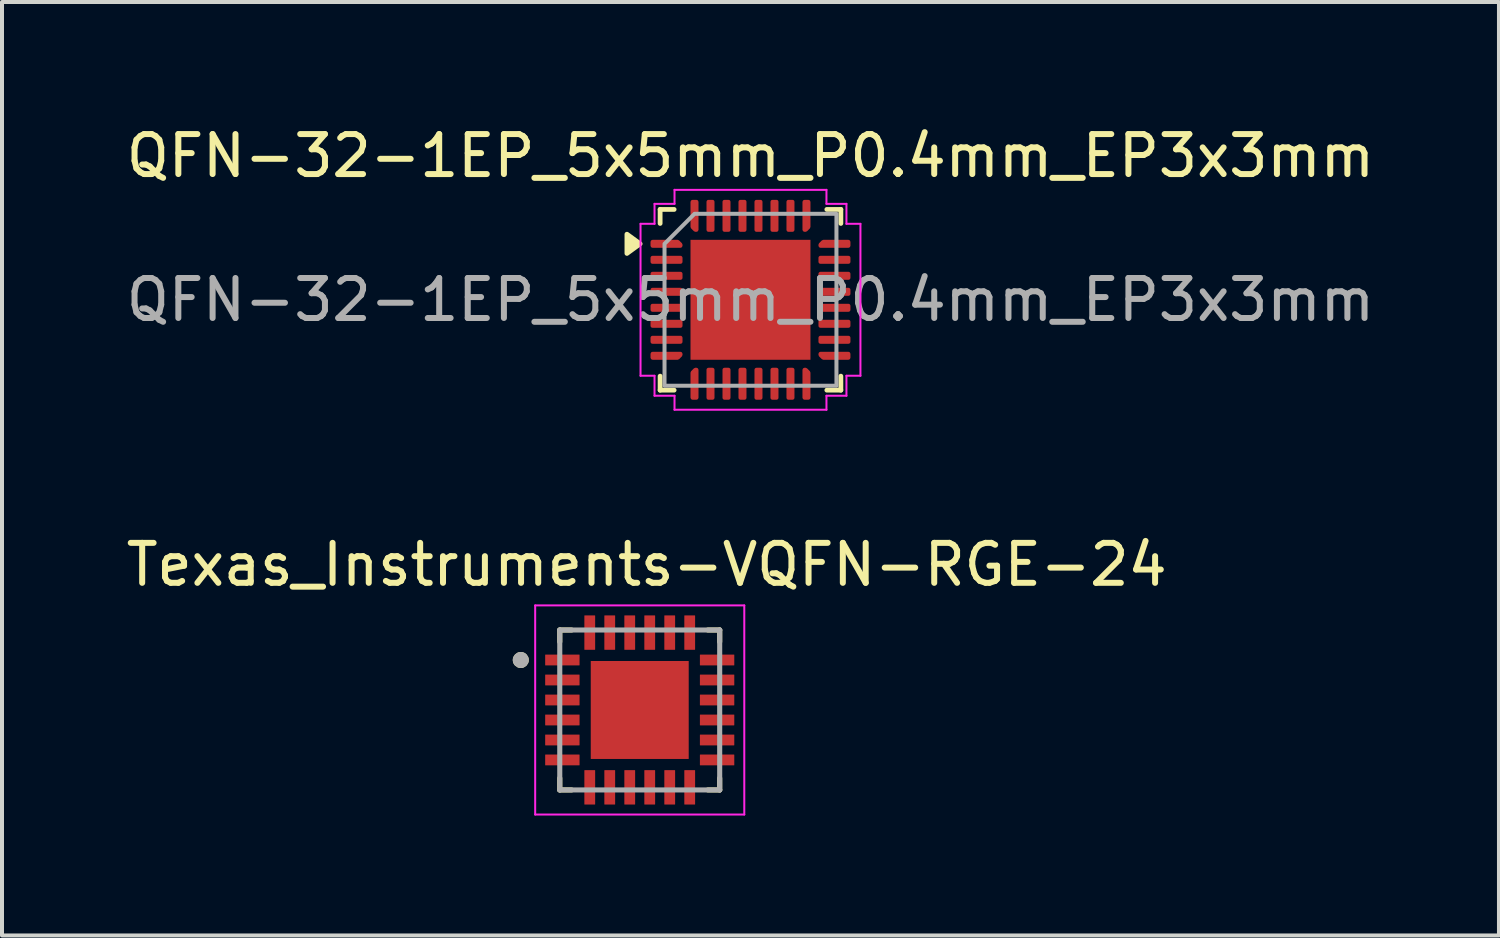
<source format=kicad_pcb>
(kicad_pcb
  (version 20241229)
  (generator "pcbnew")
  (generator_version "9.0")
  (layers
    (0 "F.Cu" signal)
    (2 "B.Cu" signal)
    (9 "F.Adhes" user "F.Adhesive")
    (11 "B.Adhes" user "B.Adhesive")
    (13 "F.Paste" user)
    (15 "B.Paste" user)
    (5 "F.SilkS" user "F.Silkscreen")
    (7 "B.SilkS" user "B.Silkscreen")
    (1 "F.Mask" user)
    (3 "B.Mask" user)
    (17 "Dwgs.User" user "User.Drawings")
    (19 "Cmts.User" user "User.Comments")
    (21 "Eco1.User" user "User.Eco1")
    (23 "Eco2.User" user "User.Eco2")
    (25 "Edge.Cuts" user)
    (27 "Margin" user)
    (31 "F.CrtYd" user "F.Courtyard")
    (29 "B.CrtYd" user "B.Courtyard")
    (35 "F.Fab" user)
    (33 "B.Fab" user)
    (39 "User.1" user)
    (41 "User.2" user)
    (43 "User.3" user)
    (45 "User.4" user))
  (footprint "Texas_Instruments-VQFN-RGE-24"
    (layer "F.Cu")
    (at 12.95 14.707)
    (property "Reference" "Texas_Instruments-VQFN-RGE-24" (at 0.175 -3.635 0) (layer "F.SilkS") (effects (font (size 1 1) (thickness 0.15))))
    (attr smd)
    (fp_line (start -2 -2) (end -2 -1.705) (stroke (width 0.127) (type solid)) (layer "F.SilkS"))
    (fp_line (start -2 -2) (end -1.705 -2) (stroke (width 0.127) (type solid)) (layer "F.SilkS"))
    (fp_line (start -2 2) (end -2 1.705) (stroke (width 0.127) (type solid)) (layer "F.SilkS"))
    (fp_line (start -2 2) (end -1.705 2) (stroke (width 0.127) (type solid)) (layer "F.SilkS"))
    (fp_line (start 2 -2) (end 1.705 -2) (stroke (width 0.127) (type solid)) (layer "F.SilkS"))
    (fp_line (start 2 -2) (end 2 -1.705) (stroke (width 0.127) (type solid)) (layer "F.SilkS"))
    (fp_line (start 2 2) (end 1.705 2) (stroke (width 0.127) (type solid)) (layer "F.SilkS"))
    (fp_line (start 2 2) (end 2 1.705) (stroke (width 0.127) (type solid)) (layer "F.SilkS"))
    (fp_circle (center -2.975 -1.25) (end -2.875 -1.25) (stroke (width 0.2) (type solid)) (fill no) (layer "F.SilkS"))
    (fp_poly (pts (xy -0.775 -0.775) (xy 0.775 -0.775) (xy 0.775 0.775) (xy -0.775 0.775)) (stroke (width 0.01) (type solid)) (fill yes) (layer "F.Paste"))
    (fp_line (start -2.615 -2.615) (end 2.615 -2.615) (stroke (width 0.05) (type solid)) (layer "F.CrtYd"))
    (fp_line (start -2.615 2.615) (end -2.615 -2.615) (stroke (width 0.05) (type solid)) (layer "F.CrtYd"))
    (fp_line (start -2.615 2.615) (end 2.615 2.615) (stroke (width 0.05) (type solid)) (layer "F.CrtYd"))
    (fp_line (start 2.615 2.615) (end 2.615 -2.615) (stroke (width 0.05) (type solid)) (layer "F.CrtYd"))
    (fp_line (start -2 2) (end -2 -2) (stroke (width 0.127) (type solid)) (layer "F.Fab"))
    (fp_line (start 2 -2) (end -2 -2) (stroke (width 0.127) (type solid)) (layer "F.Fab"))
    (fp_line (start 2 2) (end -2 2) (stroke (width 0.127) (type solid)) (layer "F.Fab"))
    (fp_line (start 2 2) (end 2 -2) (stroke (width 0.127) (type solid)) (layer "F.Fab"))
    (fp_circle (center -2.975 -1.25) (end -2.875 -1.25) (stroke (width 0.2) (type solid)) (fill no) (layer "F.Fab"))
    (pad "1" smd roundrect (at -1.935 -1.25) (size 0.86 0.27) (layers "F.Cu" "F.Mask" "F.Paste") (roundrect_rratio 0.03))
    (pad "2" smd roundrect (at -1.935 -0.75) (size 0.86 0.27) (layers "F.Cu" "F.Mask" "F.Paste") (roundrect_rratio 0.03))
    (pad "3" smd roundrect (at -1.935 -0.25) (size 0.86 0.27) (layers "F.Cu" "F.Mask" "F.Paste") (roundrect_rratio 0.03))
    (pad "4" smd roundrect (at -1.935 0.25) (size 0.86 0.27) (layers "F.Cu" "F.Mask" "F.Paste") (roundrect_rratio 0.03))
    (pad "5" smd roundrect (at -1.935 0.75) (size 0.86 0.27) (layers "F.Cu" "F.Mask" "F.Paste") (roundrect_rratio 0.03))
    (pad "6" smd roundrect (at -1.935 1.25) (size 0.86 0.27) (layers "F.Cu" "F.Mask" "F.Paste") (roundrect_rratio 0.03))
    (pad "7" smd roundrect (at -1.25 1.935 90) (size 0.86 0.27) (layers "F.Cu" "F.Mask" "F.Paste") (roundrect_rratio 0.03))
    (pad "8" smd roundrect (at -0.75 1.935 90) (size 0.86 0.27) (layers "F.Cu" "F.Mask" "F.Paste") (roundrect_rratio 0.03))
    (pad "9" smd roundrect (at -0.25 1.935 90) (size 0.86 0.27) (layers "F.Cu" "F.Mask" "F.Paste") (roundrect_rratio 0.03))
    (pad "10" smd roundrect (at 0.25 1.935 90) (size 0.86 0.27) (layers "F.Cu" "F.Mask" "F.Paste") (roundrect_rratio 0.03))
    (pad "11" smd roundrect (at 0.75 1.935 90) (size 0.86 0.27) (layers "F.Cu" "F.Mask" "F.Paste") (roundrect_rratio 0.03))
    (pad "12" smd roundrect (at 1.25 1.935 90) (size 0.86 0.27) (layers "F.Cu" "F.Mask" "F.Paste") (roundrect_rratio 0.03))
    (pad "13" smd roundrect (at 1.935 1.25) (size 0.86 0.27) (layers "F.Cu" "F.Mask" "F.Paste") (roundrect_rratio 0.03))
    (pad "14" smd roundrect (at 1.935 0.75) (size 0.86 0.27) (layers "F.Cu" "F.Mask" "F.Paste") (roundrect_rratio 0.03))
    (pad "15" smd roundrect (at 1.935 0.25) (size 0.86 0.27) (layers "F.Cu" "F.Mask" "F.Paste") (roundrect_rratio 0.03))
    (pad "16" smd roundrect (at 1.935 -0.25) (size 0.86 0.27) (layers "F.Cu" "F.Mask" "F.Paste") (roundrect_rratio 0.03))
    (pad "17" smd roundrect (at 1.935 -0.75) (size 0.86 0.27) (layers "F.Cu" "F.Mask" "F.Paste") (roundrect_rratio 0.03))
    (pad "18" smd roundrect (at 1.935 -1.25) (size 0.86 0.27) (layers "F.Cu" "F.Mask" "F.Paste") (roundrect_rratio 0.03))
    (pad "19" smd roundrect (at 1.25 -1.935 90) (size 0.86 0.27) (layers "F.Cu" "F.Mask" "F.Paste") (roundrect_rratio 0.03))
    (pad "20" smd roundrect (at 0.75 -1.935 90) (size 0.86 0.27) (layers "F.Cu" "F.Mask" "F.Paste") (roundrect_rratio 0.03))
    (pad "21" smd roundrect (at 0.25 -1.935 90) (size 0.86 0.27) (layers "F.Cu" "F.Mask" "F.Paste") (roundrect_rratio 0.03))
    (pad "22" smd roundrect (at -0.25 -1.935 90) (size 0.86 0.27) (layers "F.Cu" "F.Mask" "F.Paste") (roundrect_rratio 0.03))
    (pad "23" smd roundrect (at -0.75 -1.935 90) (size 0.86 0.27) (layers "F.Cu" "F.Mask" "F.Paste") (roundrect_rratio 0.03))
    (pad "24" smd roundrect (at -1.25 -1.935 90) (size 0.86 0.27) (layers "F.Cu" "F.Mask" "F.Paste") (roundrect_rratio 0.03))
    (pad "25" smd rect (at 0 0) (size 2.45 2.45) (layers "F.Cu" "F.Mask")))
  (footprint "QFN-32-1EP_5x5mm_P0.4mm_EP3x3mm"
    (layer "F.Cu")
    (at 15.72 4.448)
    (property "Reference" "QFN-32-1EP_5x5mm_P0.4mm_EP3x3mm" (at 0 -3.6 0) (layer "F.SilkS") (effects (font (size 1 1) (thickness 0.15))))
    (attr smd)
    (fp_line (start -2.26 -2.26) (end -1.91 -2.26) (stroke (width 0.12) (type solid)) (layer "F.SilkS"))
    (fp_line (start -2.26 -1.91) (end -2.26 -2.26) (stroke (width 0.12) (type solid)) (layer "F.SilkS"))
    (fp_line (start -2.26 2.26) (end -2.26 1.91) (stroke (width 0.12) (type solid)) (layer "F.SilkS"))
    (fp_line (start -1.91 2.26) (end -2.26 2.26) (stroke (width 0.12) (type solid)) (layer "F.SilkS"))
    (fp_line (start 1.91 -2.26) (end 2.26 -2.26) (stroke (width 0.12) (type solid)) (layer "F.SilkS"))
    (fp_line (start 2.26 -2.26) (end 2.26 -1.91) (stroke (width 0.12) (type solid)) (layer "F.SilkS"))
    (fp_line (start 2.26 1.91) (end 2.26 2.26) (stroke (width 0.12) (type solid)) (layer "F.SilkS"))
    (fp_line (start 2.26 2.26) (end 1.91 2.26) (stroke (width 0.12) (type solid)) (layer "F.SilkS"))
    (fp_poly (pts (xy -2.76 -1.4) (xy -3.09 -1.16) (xy -3.09 -1.64)) (stroke (width 0.12) (type solid)) (fill yes) (layer "F.SilkS"))
    (fp_line (start -2.75 -1.9) (end -2.4 -1.9) (stroke (width 0.05) (type solid)) (layer "F.CrtYd"))
    (fp_line (start -2.75 1.9) (end -2.75 -1.9) (stroke (width 0.05) (type solid)) (layer "F.CrtYd"))
    (fp_line (start -2.4 -2.4) (end -1.9 -2.4) (stroke (width 0.05) (type solid)) (layer "F.CrtYd"))
    (fp_line (start -2.4 -1.9) (end -2.4 -2.4) (stroke (width 0.05) (type solid)) (layer "F.CrtYd"))
    (fp_line (start -2.4 1.9) (end -2.75 1.9) (stroke (width 0.05) (type solid)) (layer "F.CrtYd"))
    (fp_line (start -2.4 2.4) (end -2.4 1.9) (stroke (width 0.05) (type solid)) (layer "F.CrtYd"))
    (fp_line (start -1.9 -2.75) (end 1.9 -2.75) (stroke (width 0.05) (type solid)) (layer "F.CrtYd"))
    (fp_line (start -1.9 -2.4) (end -1.9 -2.75) (stroke (width 0.05) (type solid)) (layer "F.CrtYd"))
    (fp_line (start -1.9 2.4) (end -2.4 2.4) (stroke (width 0.05) (type solid)) (layer "F.CrtYd"))
    (fp_line (start -1.9 2.75) (end -1.9 2.4) (stroke (width 0.05) (type solid)) (layer "F.CrtYd"))
    (fp_line (start 1.9 -2.75) (end 1.9 -2.4) (stroke (width 0.05) (type solid)) (layer "F.CrtYd"))
    (fp_line (start 1.9 -2.4) (end 2.4 -2.4) (stroke (width 0.05) (type solid)) (layer "F.CrtYd"))
    (fp_line (start 1.9 2.4) (end 1.9 2.75) (stroke (width 0.05) (type solid)) (layer "F.CrtYd"))
    (fp_line (start 1.9 2.75) (end -1.9 2.75) (stroke (width 0.05) (type solid)) (layer "F.CrtYd"))
    (fp_line (start 2.4 -2.4) (end 2.4 -1.9) (stroke (width 0.05) (type solid)) (layer "F.CrtYd"))
    (fp_line (start 2.4 -1.9) (end 2.75 -1.9) (stroke (width 0.05) (type solid)) (layer "F.CrtYd"))
    (fp_line (start 2.4 1.9) (end 2.4 2.4) (stroke (width 0.05) (type solid)) (layer "F.CrtYd"))
    (fp_line (start 2.4 2.4) (end 1.9 2.4) (stroke (width 0.05) (type solid)) (layer "F.CrtYd"))
    (fp_line (start 2.75 -1.9) (end 2.75 1.9) (stroke (width 0.05) (type solid)) (layer "F.CrtYd"))
    (fp_line (start 2.75 1.9) (end 2.4 1.9) (stroke (width 0.05) (type solid)) (layer "F.CrtYd"))
    (fp_poly (pts (xy -1.4 -2.15) (xy 2.15 -2.15) (xy 2.15 2.15) (xy -2.15 2.15) (xy -2.15 -1.4)) (stroke (width 0.1) (type solid)) (fill no) (layer "F.Fab"))
    (fp_text user "${REFERENCE}" (at 0 0 0) (layer "F.Fab") (effects (font (size 1 1) (thickness 0.15))))
    (pad "" smd roundrect (at -0.66 -0.66) (size 1.07 1.07) (layers "F.Paste") (roundrect_rratio 0.234))
    (pad "" smd roundrect (at -0.66 0.66) (size 1.07 1.07) (layers "F.Paste") (roundrect_rratio 0.234))
    (pad "" smd roundrect (at 0.66 -0.66) (size 1.07 1.07) (layers "F.Paste") (roundrect_rratio 0.234))
    (pad "" smd roundrect (at 0.66 0.66) (size 1.07 1.07) (layers "F.Paste") (roundrect_rratio 0.234))
    (pad "1" smd custom (at -2.1 -1.4) (size 0.129 0.129) (layers "F.Cu" "F.Mask" "F.Paste") (options (anchor circle)) (primitives (gr_poly (pts (xy -0.35 -0.05) (xy 0.279 -0.05) (xy 0.35 0.021) (xy 0.35 0.05) (xy -0.35 0.05)) (width 0.1) (fill yes))))
    (pad "2" smd roundrect (at -2.1 -1) (size 0.8 0.2) (layers "F.Cu" "F.Mask" "F.Paste") (roundrect_rratio 0.25))
    (pad "3" smd roundrect (at -2.1 -0.6) (size 0.8 0.2) (layers "F.Cu" "F.Mask" "F.Paste") (roundrect_rratio 0.25))
    (pad "4" smd roundrect (at -2.1 -0.2) (size 0.8 0.2) (layers "F.Cu" "F.Mask" "F.Paste") (roundrect_rratio 0.25))
    (pad "5" smd roundrect (at -2.1 0.2) (size 0.8 0.2) (layers "F.Cu" "F.Mask" "F.Paste") (roundrect_rratio 0.25))
    (pad "6" smd roundrect (at -2.1 0.6) (size 0.8 0.2) (layers "F.Cu" "F.Mask" "F.Paste") (roundrect_rratio 0.25))
    (pad "7" smd roundrect (at -2.1 1) (size 0.8 0.2) (layers "F.Cu" "F.Mask" "F.Paste") (roundrect_rratio 0.25))
    (pad "8" smd custom (at -2.1 1.4) (size 0.129 0.129) (layers "F.Cu" "F.Mask" "F.Paste") (options (anchor circle)) (primitives (gr_poly (pts (xy -0.35 -0.05) (xy 0.35 -0.05) (xy 0.35 -0.021) (xy 0.279 0.05) (xy -0.35 0.05)) (width 0.1) (fill yes))))
    (pad "9" smd custom (at -1.4 2.1) (size 0.129 0.129) (layers "F.Cu" "F.Mask" "F.Paste") (options (anchor circle)) (primitives (gr_poly (pts (xy -0.05 -0.279) (xy 0.021 -0.35) (xy 0.05 -0.35) (xy 0.05 0.35) (xy -0.05 0.35)) (width 0.1) (fill yes))))
    (pad "10" smd roundrect (at -1 2.1) (size 0.2 0.8) (layers "F.Cu" "F.Mask" "F.Paste") (roundrect_rratio 0.25))
    (pad "11" smd roundrect (at -0.6 2.1) (size 0.2 0.8) (layers "F.Cu" "F.Mask" "F.Paste") (roundrect_rratio 0.25))
    (pad "12" smd roundrect (at -0.2 2.1) (size 0.2 0.8) (layers "F.Cu" "F.Mask" "F.Paste") (roundrect_rratio 0.25))
    (pad "13" smd roundrect (at 0.2 2.1) (size 0.2 0.8) (layers "F.Cu" "F.Mask" "F.Paste") (roundrect_rratio 0.25))
    (pad "14" smd roundrect (at 0.6 2.1) (size 0.2 0.8) (layers "F.Cu" "F.Mask" "F.Paste") (roundrect_rratio 0.25))
    (pad "15" smd roundrect (at 1 2.1) (size 0.2 0.8) (layers "F.Cu" "F.Mask" "F.Paste") (roundrect_rratio 0.25))
    (pad "16" smd custom (at 1.4 2.1) (size 0.129 0.129) (layers "F.Cu" "F.Mask" "F.Paste") (options (anchor circle)) (primitives (gr_poly (pts (xy -0.05 -0.35) (xy -0.021 -0.35) (xy 0.05 -0.279) (xy 0.05 0.35) (xy -0.05 0.35)) (width 0.1) (fill yes))))
    (pad "17" smd custom (at 2.1 1.4) (size 0.129 0.129) (layers "F.Cu" "F.Mask" "F.Paste") (options (anchor circle)) (primitives (gr_poly (pts (xy -0.35 -0.05) (xy 0.35 -0.05) (xy 0.35 0.05) (xy -0.279 0.05) (xy -0.35 -0.021)) (width 0.1) (fill yes))))
    (pad "18" smd roundrect (at 2.1 1) (size 0.8 0.2) (layers "F.Cu" "F.Mask" "F.Paste") (roundrect_rratio 0.25))
    (pad "19" smd roundrect (at 2.1 0.6) (size 0.8 0.2) (layers "F.Cu" "F.Mask" "F.Paste") (roundrect_rratio 0.25))
    (pad "20" smd roundrect (at 2.1 0.2) (size 0.8 0.2) (layers "F.Cu" "F.Mask" "F.Paste") (roundrect_rratio 0.25))
    (pad "21" smd roundrect (at 2.1 -0.2) (size 0.8 0.2) (layers "F.Cu" "F.Mask" "F.Paste") (roundrect_rratio 0.25))
    (pad "22" smd roundrect (at 2.1 -0.6) (size 0.8 0.2) (layers "F.Cu" "F.Mask" "F.Paste") (roundrect_rratio 0.25))
    (pad "23" smd roundrect (at 2.1 -1) (size 0.8 0.2) (layers "F.Cu" "F.Mask" "F.Paste") (roundrect_rratio 0.25))
    (pad "24" smd custom (at 2.1 -1.4) (size 0.129 0.129) (layers "F.Cu" "F.Mask" "F.Paste") (options (anchor circle)) (primitives (gr_poly (pts (xy -0.35 0.021) (xy -0.279 -0.05) (xy 0.35 -0.05) (xy 0.35 0.05) (xy -0.35 0.05)) (width 0.1) (fill yes))))
    (pad "25" smd custom (at 1.4 -2.1) (size 0.129 0.129) (layers "F.Cu" "F.Mask" "F.Paste") (options (anchor circle)) (primitives (gr_poly (pts (xy -0.05 -0.35) (xy 0.05 -0.35) (xy 0.05 0.279) (xy -0.021 0.35) (xy -0.05 0.35)) (width 0.1) (fill yes))))
    (pad "26" smd roundrect (at 1 -2.1) (size 0.2 0.8) (layers "F.Cu" "F.Mask" "F.Paste") (roundrect_rratio 0.25))
    (pad "27" smd roundrect (at 0.6 -2.1) (size 0.2 0.8) (layers "F.Cu" "F.Mask" "F.Paste") (roundrect_rratio 0.25))
    (pad "28" smd roundrect (at 0.2 -2.1) (size 0.2 0.8) (layers "F.Cu" "F.Mask" "F.Paste") (roundrect_rratio 0.25))
    (pad "29" smd roundrect (at -0.2 -2.1) (size 0.2 0.8) (layers "F.Cu" "F.Mask" "F.Paste") (roundrect_rratio 0.25))
    (pad "30" smd roundrect (at -0.6 -2.1) (size 0.2 0.8) (layers "F.Cu" "F.Mask" "F.Paste") (roundrect_rratio 0.25))
    (pad "31" smd roundrect (at -1 -2.1) (size 0.2 0.8) (layers "F.Cu" "F.Mask" "F.Paste") (roundrect_rratio 0.25))
    (pad "32" smd custom (at -1.4 -2.1) (size 0.129 0.129) (layers "F.Cu" "F.Mask" "F.Paste") (options (anchor circle)) (primitives (gr_poly (pts (xy -0.05 -0.35) (xy 0.05 -0.35) (xy 0.05 0.35) (xy 0.021 0.35) (xy -0.05 0.279)) (width 0.1) (fill yes))))
    (pad "33" smd rect (at 0 0) (size 3 3) (property pad_prop_heatsink) (layers "F.Cu" "F.Mask")))
  (gr_rect
    (start -3 -3)
    (end 34.44 20.346)
    (stroke (width 0.1) (type default))
    (fill no)
    (layer "Edge.Cuts")))
</source>
